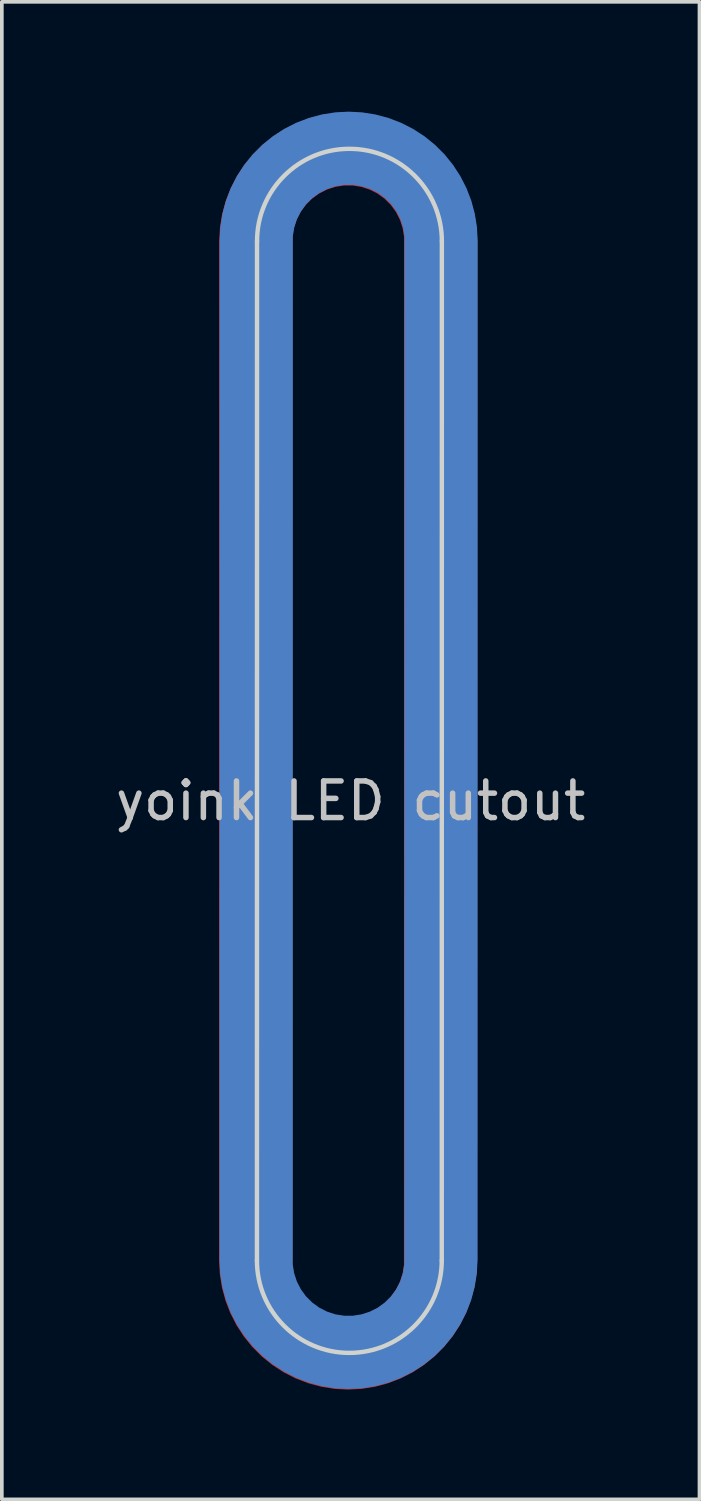
<source format=kicad_pcb>
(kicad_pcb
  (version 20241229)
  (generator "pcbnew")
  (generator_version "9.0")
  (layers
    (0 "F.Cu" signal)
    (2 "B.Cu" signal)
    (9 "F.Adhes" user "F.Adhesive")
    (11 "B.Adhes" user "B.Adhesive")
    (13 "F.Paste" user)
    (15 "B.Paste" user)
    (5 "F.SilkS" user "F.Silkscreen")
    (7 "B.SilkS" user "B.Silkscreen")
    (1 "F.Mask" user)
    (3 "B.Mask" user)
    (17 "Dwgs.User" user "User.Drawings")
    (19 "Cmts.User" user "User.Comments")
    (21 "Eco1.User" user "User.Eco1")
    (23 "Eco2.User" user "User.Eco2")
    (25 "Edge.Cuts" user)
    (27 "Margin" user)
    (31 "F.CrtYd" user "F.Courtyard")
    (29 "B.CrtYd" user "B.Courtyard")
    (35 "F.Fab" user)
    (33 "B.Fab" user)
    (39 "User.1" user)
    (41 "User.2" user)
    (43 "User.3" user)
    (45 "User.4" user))
  (footprint "yoink LED cutout"
    (layer "F.Cu")
    (at 6.53 18.331)
    (property "Reference" "yoink LED cutout" (at 0 0.5 0) (layer "Dwgs.User") (effects (font (size 1 1) (thickness 0.15))))
    (attr through_hole)
    (fp_line (start -2.558 -14.79) (end -2.56 13.056) (stroke (width 0.12) (type solid)) (layer "Edge.Cuts"))
    (fp_line (start 2.489 13.056) (end 2.492 -14.79) (stroke (width 0.12) (type solid)) (layer "Edge.Cuts"))
    (fp_arc (start -2.557559 -14.7904) (mid -0.032799 -17.31516) (end 2.491961 -14.7904) (stroke (width 0.12) (type solid)) (layer "Edge.Cuts"))
    (fp_arc (start 2.488961 13.0556) (mid -0.035799 15.58036) (end -2.560559 13.0556) (stroke (width 0.12) (type solid)) (layer "Edge.Cuts"))
    (pad "1" smd custom (at -2.007 -16.459) (size 1.524 1.524) (layers "F.Cu" "F.Mask") (options (anchor circle)) (primitives (gr_arc (start 4.46276 29.5172) (mid 1.938 32.04196) (end -0.58676 29.5172) (width 2)) (gr_line (start -0.584 1.671) (end -0.586 29.517) (width 2)) (gr_arc (start -0.58376 1.6712) (mid 1.941 -0.85356) (end 4.46576 1.6712) (width 2)) (gr_line (start 4.463 29.517) (end 4.466 1.671) (width 2))))
    (pad "1" smd custom (at -1.996 -16.477) (size 1.524 1.524) (layers "B.Cu" "B.Mask") (options (anchor circle)) (primitives (gr_arc (start 4.46276 29.5172) (mid 1.938 32.04196) (end -0.58676 29.5172) (width 2)) (gr_line (start -0.584 1.671) (end -0.586 29.517) (width 2)) (gr_arc (start -0.58376 1.6712) (mid 1.941 -0.85356) (end 4.46576 1.6712) (width 2)) (gr_line (start 4.463 29.517) (end 4.466 1.671) (width 2)))))
  (gr_rect
    (start -3 -3)
    (end 16.06 37.913)
    (stroke (width 0.1) (type default))
    (fill no)
    (layer "Edge.Cuts")))
</source>
